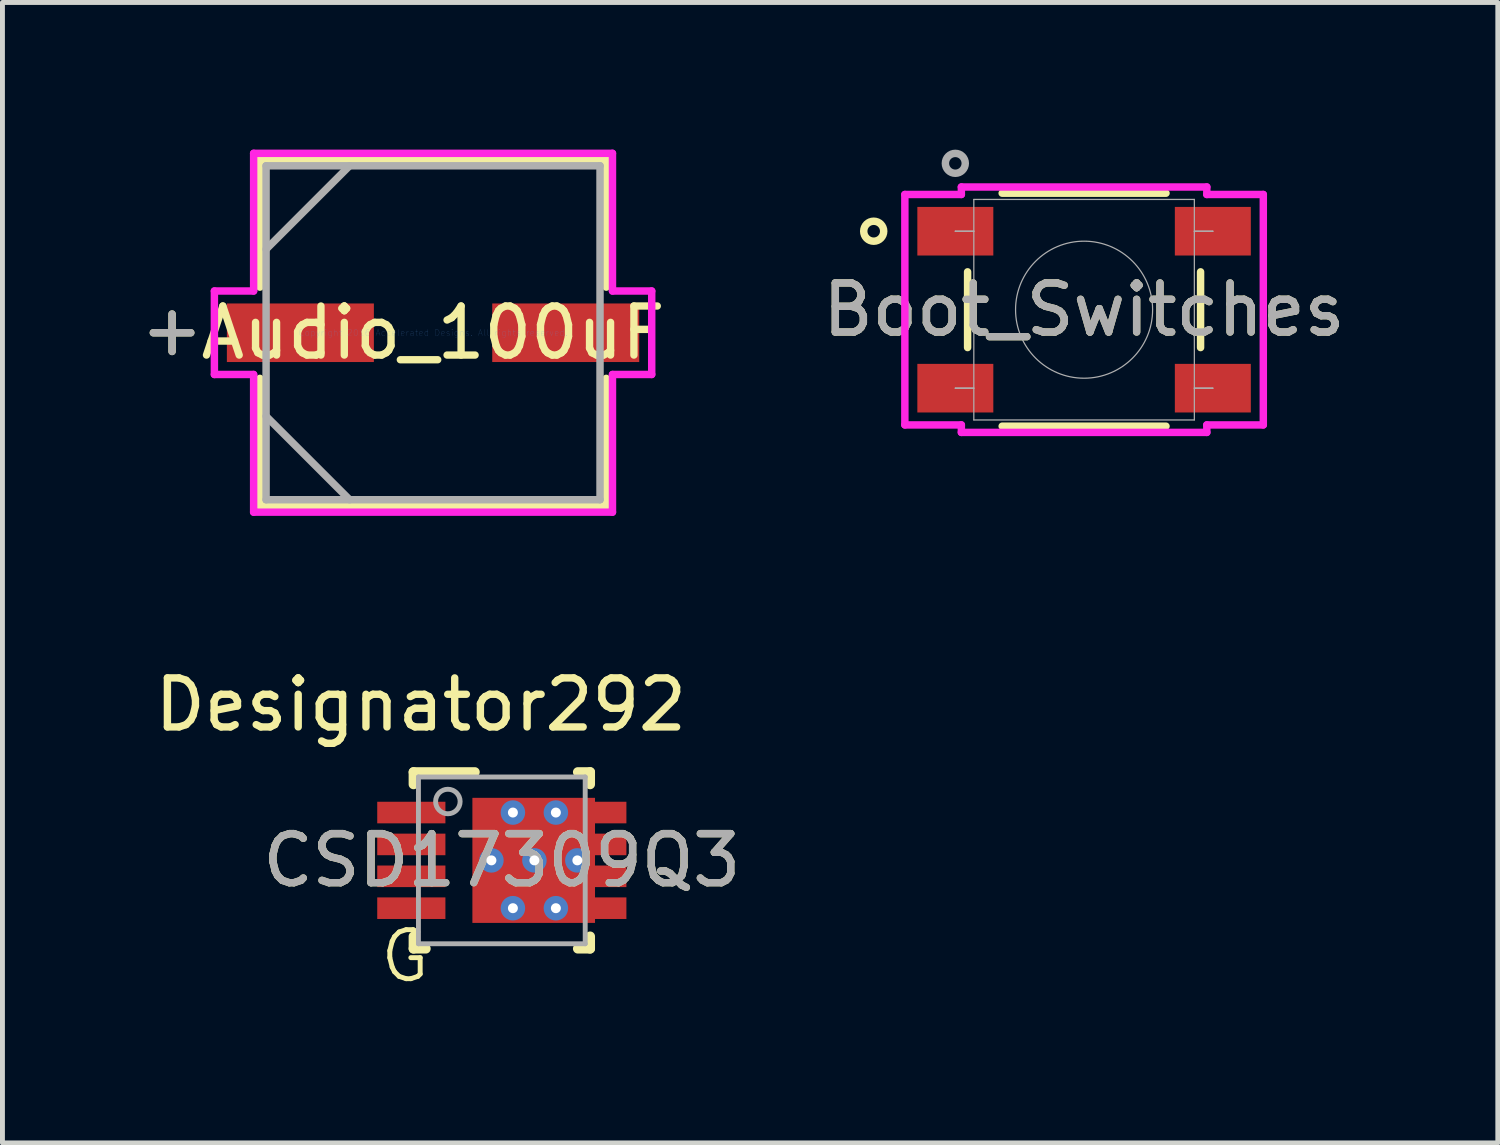
<source format=kicad_pcb>
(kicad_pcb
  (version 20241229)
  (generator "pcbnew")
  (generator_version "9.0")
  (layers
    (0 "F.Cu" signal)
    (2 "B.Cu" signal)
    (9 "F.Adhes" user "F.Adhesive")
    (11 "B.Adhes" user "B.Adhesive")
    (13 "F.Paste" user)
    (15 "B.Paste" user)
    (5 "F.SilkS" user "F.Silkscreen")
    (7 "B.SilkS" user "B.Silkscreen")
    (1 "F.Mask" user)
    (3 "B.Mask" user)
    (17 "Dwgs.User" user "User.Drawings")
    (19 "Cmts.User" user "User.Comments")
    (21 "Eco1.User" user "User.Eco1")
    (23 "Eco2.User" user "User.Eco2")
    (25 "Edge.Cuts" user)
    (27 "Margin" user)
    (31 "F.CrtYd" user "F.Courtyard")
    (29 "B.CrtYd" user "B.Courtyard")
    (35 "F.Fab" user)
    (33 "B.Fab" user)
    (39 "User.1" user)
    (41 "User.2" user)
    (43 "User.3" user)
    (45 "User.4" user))
  (footprint "Boot_Switches"
    (layer "F.Cu")
    (at 19.052 3.264)
    (property "Reference" "Boot_Switches" (at 0 0 0) (unlocked yes) (layer "F.SilkS") (effects (font (size 1 1) (thickness 0.15))))
    (attr smd)
    (fp_line (start -2.375 -0.772) (end -2.375 0.772) (stroke (width 0.152) (type solid)) (layer "F.SilkS"))
    (fp_line (start -1.67 2.375) (end 1.67 2.375) (stroke (width 0.152) (type solid)) (layer "F.SilkS"))
    (fp_line (start 1.67 -2.375) (end -1.67 -2.375) (stroke (width 0.152) (type solid)) (layer "F.SilkS"))
    (fp_line (start 2.375 0.772) (end 2.375 -0.772) (stroke (width 0.152) (type solid)) (layer "F.SilkS"))
    (fp_circle (center -4.289 -1.6) (end -4.085 -1.6) (stroke (width 0.152) (type solid)) (fill no) (layer "F.SilkS"))
    (fp_line (start -3.654 -2.349) (end -2.502 -2.349) (stroke (width 0.152) (type solid)) (layer "F.CrtYd"))
    (fp_line (start -3.654 2.349) (end -3.654 -2.349) (stroke (width 0.152) (type solid)) (layer "F.CrtYd"))
    (fp_line (start -3.654 2.349) (end -2.502 2.349) (stroke (width 0.152) (type solid)) (layer "F.CrtYd"))
    (fp_line (start -2.502 -2.502) (end 2.502 -2.502) (stroke (width 0.152) (type solid)) (layer "F.CrtYd"))
    (fp_line (start -2.502 -2.349) (end -2.502 -2.502) (stroke (width 0.152) (type solid)) (layer "F.CrtYd"))
    (fp_line (start -2.502 2.502) (end -2.502 2.349) (stroke (width 0.152) (type solid)) (layer "F.CrtYd"))
    (fp_line (start 2.502 -2.502) (end 2.502 -2.349) (stroke (width 0.152) (type solid)) (layer "F.CrtYd"))
    (fp_line (start 2.502 2.349) (end 2.502 2.502) (stroke (width 0.152) (type solid)) (layer "F.CrtYd"))
    (fp_line (start 2.502 2.502) (end -2.502 2.502) (stroke (width 0.152) (type solid)) (layer "F.CrtYd"))
    (fp_line (start 3.654 -2.349) (end 2.502 -2.349) (stroke (width 0.152) (type solid)) (layer "F.CrtYd"))
    (fp_line (start 3.654 -2.349) (end 3.654 2.349) (stroke (width 0.152) (type solid)) (layer "F.CrtYd"))
    (fp_line (start 3.654 2.349) (end 2.502 2.349) (stroke (width 0.152) (type solid)) (layer "F.CrtYd"))
    (fp_line (start -2.625 -1.6) (end -2.625 -1.6) (stroke (width 0.025) (type solid)) (layer "F.Fab"))
    (fp_line (start -2.625 -1.6) (end -2.248 -1.6) (stroke (width 0.025) (type solid)) (layer "F.Fab"))
    (fp_line (start -2.625 1.6) (end -2.625 1.6) (stroke (width 0.025) (type solid)) (layer "F.Fab"))
    (fp_line (start -2.625 1.6) (end -2.248 1.6) (stroke (width 0.025) (type solid)) (layer "F.Fab"))
    (fp_line (start -2.248 -2.248) (end -2.248 2.248) (stroke (width 0.025) (type solid)) (layer "F.Fab"))
    (fp_line (start -2.248 -1.6) (end -2.625 -1.6) (stroke (width 0.025) (type solid)) (layer "F.Fab"))
    (fp_line (start -2.248 -1.6) (end -2.248 -1.6) (stroke (width 0.025) (type solid)) (layer "F.Fab"))
    (fp_line (start -2.248 1.6) (end -2.625 1.6) (stroke (width 0.025) (type solid)) (layer "F.Fab"))
    (fp_line (start -2.248 1.6) (end -2.248 1.6) (stroke (width 0.025) (type solid)) (layer "F.Fab"))
    (fp_line (start -2.248 2.248) (end 2.248 2.248) (stroke (width 0.025) (type solid)) (layer "F.Fab"))
    (fp_line (start 2.248 -2.248) (end -2.248 -2.248) (stroke (width 0.025) (type solid)) (layer "F.Fab"))
    (fp_line (start 2.248 -1.6) (end 2.248 -1.6) (stroke (width 0.025) (type solid)) (layer "F.Fab"))
    (fp_line (start 2.248 -1.6) (end 2.625 -1.6) (stroke (width 0.025) (type solid)) (layer "F.Fab"))
    (fp_line (start 2.248 1.6) (end 2.248 1.6) (stroke (width 0.025) (type solid)) (layer "F.Fab"))
    (fp_line (start 2.248 1.6) (end 2.625 1.6) (stroke (width 0.025) (type solid)) (layer "F.Fab"))
    (fp_line (start 2.248 2.248) (end 2.248 -2.248) (stroke (width 0.025) (type solid)) (layer "F.Fab"))
    (fp_line (start 2.625 -1.6) (end 2.248 -1.6) (stroke (width 0.025) (type solid)) (layer "F.Fab"))
    (fp_line (start 2.625 -1.6) (end 2.625 -1.6) (stroke (width 0.025) (type solid)) (layer "F.Fab"))
    (fp_line (start 2.625 1.6) (end 2.248 1.6) (stroke (width 0.025) (type solid)) (layer "F.Fab"))
    (fp_line (start 2.625 1.6) (end 2.625 1.6) (stroke (width 0.025) (type solid)) (layer "F.Fab"))
    (fp_circle (center -2.625 -2.984) (end -2.422 -2.984) (stroke (width 0.152) (type solid)) (fill no) (layer "F.Fab"))
    (fp_circle (center 0 0) (end 1.397 0) (stroke (width 0.025) (type solid)) (fill no) (layer "F.Fab"))
    (fp_text user "${REFERENCE}" (at 0 0 0) (unlocked yes) (layer "F.Fab") (effects (font (size 1 1) (thickness 0.15))))
    (pad "1" smd rect (at -2.625 -1.6) (size 1.549 0.991) (layers "F.Cu" "F.Mask" "F.Paste"))
    (pad "2" smd rect (at 2.625 -1.6) (size 1.549 0.991) (layers "F.Cu" "F.Mask" "F.Paste"))
    (pad "3" smd rect (at -2.625 1.6) (size 1.549 0.991) (layers "F.Cu" "F.Mask" "F.Paste"))
    (pad "4" smd rect (at 2.625 1.6) (size 1.549 0.991) (layers "F.Cu" "F.Mask" "F.Paste")))
  (footprint "CSD17309Q3"
    (layer "F.Cu")
    (at 7.181 14.491)
    (property "Reference" "CSD17309Q3" (at 0 0 0) (unlocked yes) (layer "F.SilkS") (effects (font (size 1 1) (thickness 0.15))))
    (attr smd)
    (fp_poly (pts (xy -0.56 1.172) (xy -0.56 -1.172) (xy -0.559 -1.182) (xy -0.556 -1.192) (xy -0.551 -1.201) (xy -0.544 -1.209) (xy -0.536 -1.216) (xy -0.527 -1.221) (xy -0.517 -1.224) (xy -0.507 -1.225) (xy 1.162 -1.225) (xy 1.172 -1.224) (xy 1.182 -1.221) (xy 1.191 -1.216) (xy 1.199 -1.209) (xy 1.206 -1.201) (xy 1.211 -1.192) (xy 1.214 -1.182) (xy 1.215 -1.172) (xy 1.215 1.172) (xy 1.214 1.182) (xy 1.211 1.192) (xy 1.206 1.201) (xy 1.199 1.209) (xy 1.191 1.216) (xy 1.182 1.221) (xy 1.172 1.224) (xy 1.162 1.225) (xy -0.507 1.225) (xy -0.517 1.224) (xy -0.527 1.221) (xy -0.536 1.216) (xy -0.544 1.209) (xy -0.551 1.201) (xy -0.556 1.192) (xy -0.559 1.182)) (stroke (width 0) (type solid)) (fill yes) (layer "F.Mask"))
    (fp_poly (pts (xy 0.925 -0.854) (xy 0.925 -1.096) (xy 0.926 -1.105) (xy 0.929 -1.115) (xy 0.933 -1.123) (xy 0.939 -1.131) (xy 0.947 -1.137) (xy 0.955 -1.141) (xy 0.965 -1.144) (xy 0.974 -1.145) (xy 1.376 -1.145) (xy 1.385 -1.144) (xy 1.395 -1.141) (xy 1.403 -1.137) (xy 1.411 -1.131) (xy 1.417 -1.123) (xy 1.421 -1.115) (xy 1.424 -1.105) (xy 1.425 -1.096) (xy 1.425 -0.854) (xy 1.424 -0.845) (xy 1.421 -0.835) (xy 1.417 -0.827) (xy 1.411 -0.819) (xy 1.403 -0.813) (xy 1.395 -0.809) (xy 1.385 -0.806) (xy 1.376 -0.805) (xy 0.974 -0.805) (xy 0.965 -0.806) (xy 0.955 -0.809) (xy 0.947 -0.813) (xy 0.939 -0.819) (xy 0.933 -0.827) (xy 0.929 -0.835) (xy 0.926 -0.845)) (stroke (width 0) (type solid)) (fill yes) (layer "F.Mask"))
    (fp_poly (pts (xy 0.925 -0.204) (xy 0.925 -0.446) (xy 0.926 -0.455) (xy 0.929 -0.465) (xy 0.933 -0.473) (xy 0.939 -0.481) (xy 0.947 -0.487) (xy 0.955 -0.491) (xy 0.965 -0.494) (xy 0.974 -0.495) (xy 1.376 -0.495) (xy 1.385 -0.494) (xy 1.395 -0.491) (xy 1.403 -0.487) (xy 1.411 -0.481) (xy 1.417 -0.473) (xy 1.421 -0.465) (xy 1.424 -0.455) (xy 1.425 -0.446) (xy 1.425 -0.204) (xy 1.424 -0.195) (xy 1.421 -0.185) (xy 1.417 -0.177) (xy 1.411 -0.169) (xy 1.403 -0.163) (xy 1.395 -0.159) (xy 1.385 -0.156) (xy 1.376 -0.155) (xy 0.974 -0.155) (xy 0.965 -0.156) (xy 0.955 -0.159) (xy 0.947 -0.163) (xy 0.939 -0.169) (xy 0.933 -0.177) (xy 0.929 -0.185) (xy 0.926 -0.195)) (stroke (width 0) (type solid)) (fill yes) (layer "F.Mask"))
    (fp_poly (pts (xy 0.925 0.446) (xy 0.925 0.204) (xy 0.926 0.195) (xy 0.929 0.185) (xy 0.933 0.177) (xy 0.939 0.169) (xy 0.947 0.163) (xy 0.955 0.159) (xy 0.965 0.156) (xy 0.974 0.155) (xy 1.376 0.155) (xy 1.385 0.156) (xy 1.395 0.159) (xy 1.403 0.163) (xy 1.411 0.169) (xy 1.417 0.177) (xy 1.421 0.185) (xy 1.424 0.195) (xy 1.425 0.204) (xy 1.425 0.446) (xy 1.424 0.455) (xy 1.421 0.465) (xy 1.417 0.473) (xy 1.411 0.481) (xy 1.403 0.487) (xy 1.395 0.491) (xy 1.385 0.494) (xy 1.376 0.495) (xy 0.974 0.495) (xy 0.965 0.494) (xy 0.955 0.491) (xy 0.947 0.487) (xy 0.939 0.481) (xy 0.933 0.473) (xy 0.929 0.465) (xy 0.926 0.455)) (stroke (width 0) (type solid)) (fill yes) (layer "F.Mask"))
    (fp_poly (pts (xy 0.925 1.096) (xy 0.925 0.854) (xy 0.926 0.845) (xy 0.929 0.835) (xy 0.933 0.827) (xy 0.939 0.819) (xy 0.947 0.813) (xy 0.955 0.809) (xy 0.965 0.806) (xy 0.974 0.805) (xy 1.376 0.805) (xy 1.385 0.806) (xy 1.395 0.809) (xy 1.403 0.813) (xy 1.411 0.819) (xy 1.417 0.827) (xy 1.421 0.835) (xy 1.424 0.845) (xy 1.425 0.854) (xy 1.425 1.096) (xy 1.424 1.105) (xy 1.421 1.115) (xy 1.417 1.123) (xy 1.411 1.131) (xy 1.403 1.137) (xy 1.395 1.141) (xy 1.385 1.144) (xy 1.376 1.145) (xy 0.974 1.145) (xy 0.965 1.144) (xy 0.955 1.141) (xy 0.947 1.137) (xy 0.939 1.131) (xy 0.933 1.123) (xy 0.929 1.115) (xy 0.926 1.105)) (stroke (width 0) (type solid)) (fill yes) (layer "F.Mask"))
    (fp_line (start -1.8 -1.8) (end -0.55 -1.8) (stroke (width 0.2) (type solid)) (layer "F.SilkS"))
    (fp_line (start -1.8 -1.55) (end -1.8 -1.8) (stroke (width 0.2) (type solid)) (layer "F.SilkS"))
    (fp_line (start -1.8 1.8) (end -1.8 1.55) (stroke (width 0.2) (type solid)) (layer "F.SilkS"))
    (fp_line (start -1.8 1.8) (end -1.55 1.8) (stroke (width 0.2) (type solid)) (layer "F.SilkS"))
    (fp_line (start 1.55 -1.8) (end 1.8 -1.8) (stroke (width 0.2) (type solid)) (layer "F.SilkS"))
    (fp_line (start 1.55 1.8) (end 1.8 1.8) (stroke (width 0.2) (type solid)) (layer "F.SilkS"))
    (fp_line (start 1.8 -1.55) (end 1.8 -1.8) (stroke (width 0.2) (type solid)) (layer "F.SilkS"))
    (fp_line (start 1.8 1.8) (end 1.8 1.55) (stroke (width 0.2) (type solid)) (layer "F.SilkS"))
    (fp_poly (pts (xy 0.126 -1.174) (xy 0.126 -0.151) (xy 0.125 -0.141) (xy 0.122 -0.131) (xy 0.117 -0.123) (xy 0.111 -0.115) (xy 0.103 -0.109) (xy 0.095 -0.104) (xy 0.085 -0.101) (xy 0.075 -0.1) (xy -0.499 -0.1) (xy -0.509 -0.101) (xy -0.519 -0.104) (xy -0.527 -0.109) (xy -0.535 -0.115) (xy -0.541 -0.123) (xy -0.546 -0.131) (xy -0.549 -0.141) (xy -0.55 -0.151) (xy -0.55 -1.174) (xy -0.549 -1.184) (xy -0.546 -1.194) (xy -0.541 -1.202) (xy -0.535 -1.21) (xy -0.527 -1.216) (xy -0.519 -1.221) (xy -0.509 -1.224) (xy -0.499 -1.225) (xy 0.075 -1.225) (xy 0.085 -1.224) (xy 0.095 -1.221) (xy 0.103 -1.216) (xy 0.111 -1.21) (xy 0.117 -1.202) (xy 0.122 -1.194) (xy 0.125 -1.184)) (stroke (width 0) (type solid)) (fill yes) (layer "F.Paste"))
    (fp_poly (pts (xy 0.126 0.151) (xy 0.126 1.174) (xy 0.125 1.184) (xy 0.122 1.194) (xy 0.117 1.202) (xy 0.111 1.21) (xy 0.103 1.216) (xy 0.095 1.221) (xy 0.085 1.224) (xy 0.075 1.225) (xy -0.499 1.225) (xy -0.509 1.224) (xy -0.519 1.221) (xy -0.527 1.216) (xy -0.535 1.21) (xy -0.541 1.202) (xy -0.546 1.194) (xy -0.549 1.184) (xy -0.55 1.174) (xy -0.55 0.151) (xy -0.549 0.141) (xy -0.546 0.131) (xy -0.541 0.123) (xy -0.535 0.115) (xy -0.527 0.109) (xy -0.519 0.104) (xy -0.509 0.101) (xy -0.499 0.1) (xy 0.075 0.1) (xy 0.085 0.101) (xy 0.095 0.104) (xy 0.103 0.109) (xy 0.111 0.115) (xy 0.117 0.123) (xy 0.122 0.131) (xy 0.125 0.141)) (stroke (width 0) (type solid)) (fill yes) (layer "F.Paste"))
    (fp_poly (pts (xy 0.326 -0.151) (xy 0.326 -1.174) (xy 0.327 -1.184) (xy 0.33 -1.194) (xy 0.335 -1.202) (xy 0.341 -1.21) (xy 0.349 -1.216) (xy 0.357 -1.221) (xy 0.367 -1.224) (xy 0.377 -1.225) (xy 0.951 -1.225) (xy 0.961 -1.224) (xy 0.971 -1.221) (xy 0.979 -1.216) (xy 0.987 -1.21) (xy 0.993 -1.202) (xy 0.998 -1.194) (xy 1.001 -1.184) (xy 1.002 -1.174) (xy 1.002 -0.151) (xy 1.001 -0.141) (xy 0.998 -0.131) (xy 0.993 -0.123) (xy 0.987 -0.115) (xy 0.979 -0.109) (xy 0.971 -0.104) (xy 0.961 -0.101) (xy 0.951 -0.1) (xy 0.377 -0.1) (xy 0.367 -0.101) (xy 0.357 -0.104) (xy 0.349 -0.109) (xy 0.341 -0.115) (xy 0.335 -0.123) (xy 0.33 -0.131) (xy 0.327 -0.141)) (stroke (width 0) (type solid)) (fill yes) (layer "F.Paste"))
    (fp_poly (pts (xy 0.326 1.174) (xy 0.326 0.151) (xy 0.327 0.141) (xy 0.33 0.131) (xy 0.335 0.123) (xy 0.341 0.115) (xy 0.349 0.109) (xy 0.357 0.104) (xy 0.367 0.101) (xy 0.377 0.1) (xy 0.951 0.1) (xy 0.961 0.101) (xy 0.971 0.104) (xy 0.979 0.109) (xy 0.987 0.115) (xy 0.993 0.123) (xy 0.998 0.131) (xy 1.001 0.141) (xy 1.002 0.151) (xy 1.002 1.174) (xy 1.001 1.184) (xy 0.998 1.194) (xy 0.993 1.202) (xy 0.987 1.21) (xy 0.979 1.216) (xy 0.971 1.221) (xy 0.961 1.224) (xy 0.951 1.225) (xy 0.377 1.225) (xy 0.367 1.224) (xy 0.357 1.221) (xy 0.349 1.216) (xy 0.341 1.21) (xy 0.335 1.202) (xy 0.33 1.194) (xy 0.327 1.184)) (stroke (width 0) (type solid)) (fill yes) (layer "F.Paste"))
    (fp_line (start -1.7 1.7) (end -1.7 -1.7) (stroke (width 0.1) (type solid)) (layer "F.Fab"))
    (fp_line (start -1.7 1.7) (end 1.7 1.7) (stroke (width 0.1) (type solid)) (layer "F.Fab"))
    (fp_line (start -1.7 -1.7) (end 1.7 -1.7) (stroke (width 0.1) (type solid)) (layer "F.Fab"))
    (fp_line (start 1.7 1.7) (end 1.7 -1.7) (stroke (width 0.1) (type solid)) (layer "F.Fab"))
    (fp_circle (center -1.1 -1.2) (end -0.85 -1.2) (stroke (width 0.1) (type solid)) (fill no) (layer "F.Fab"))
    (fp_text user "Designator292" (at -1.651 -3.175 0) (unlocked yes) (layer "F.SilkS") (effects (font (size 1 1) (thickness 0.15))))
    (fp_text user "G" (at -2.54 2.54 0) (unlocked yes) (layer "F.SilkS") (effects (font (size 1 1) (thickness 0.1)) (justify left bottom)))
    (fp_text user "${REFERENCE}" (at 0 0 0) (unlocked yes) (layer "F.Fab") (effects (font (size 1 1) (thickness 0.15))))
    (pad "1" smd rect (at -1.845 -0.975 90) (size 0.44 1.39) (layers "F.Cu" "F.Mask" "F.Paste"))
    (pad "2" smd rect (at -1.845 -0.325 90) (size 0.44 1.39) (layers "F.Cu" "F.Mask" "F.Paste"))
    (pad "3" smd rect (at -1.845 0.325 90) (size 0.44 1.39) (layers "F.Cu" "F.Mask" "F.Paste"))
    (pad "4" smd rect (at -1.845 0.975 90) (size 0.44 1.39) (layers "F.Cu" "F.Mask" "F.Paste"))
    (pad "5" smd rect (at 1.845 0.975 90) (size 0.44 1.39) (layers "F.Cu" "F.Mask" "F.Paste"))
    (pad "6" smd rect (at 1.845 0.325 90) (size 0.44 1.39) (layers "F.Cu" "F.Mask" "F.Paste"))
    (pad "7" smd rect (at 1.845 -0.325 90) (size 0.44 1.39) (layers "F.Cu" "F.Mask" "F.Paste"))
    (pad "8" smd rect (at 1.845 -0.975 90) (size 0.44 1.39) (layers "F.Cu" "F.Mask" "F.Paste"))
    (pad "9" smd rect (at 0.65 0) (size 2.5 2.55) (layers "F.Cu"))
    (pad "V" thru_hole circle (at -0.212 0) (size 0.5 0.5) (drill 0.203) (layers "*.Cu" "*.Mask"))
    (pad "V" thru_hole circle (at 0.226 -0.975) (size 0.5 0.5) (drill 0.203) (layers "*.Cu" "*.Mask"))
    (pad "V" thru_hole circle (at 0.226 0.975) (size 0.5 0.5) (drill 0.203) (layers "*.Cu" "*.Mask"))
    (pad "V" thru_hole circle (at 0.664 0) (size 0.5 0.5) (drill 0.203) (layers "*.Cu" "*.Mask"))
    (pad "V" thru_hole circle (at 1.102 -0.975) (size 0.5 0.5) (drill 0.203) (layers "*.Cu" "*.Mask"))
    (pad "V" thru_hole circle (at 1.102 0.975) (size 0.5 0.5) (drill 0.203) (layers "*.Cu" "*.Mask"))
    (pad "V" thru_hole circle (at 1.54 0) (size 0.5 0.5) (drill 0.203) (layers "*.Cu" "*.Mask")))
  (footprint "Audio_100uF"
    (layer "F.Cu")
    (at 5.779 3.734)
    (property "Reference" "Audio_100uF" (at 0 0 0) (layer "F.SilkS") (effects (font (size 1 1) (thickness 0.15))))
    (attr through_hole)
    (fp_line (start -5.321 -0.381) (end -5.321 0.381) (stroke (width 0.152) (type solid)) (layer "F.SilkS"))
    (fp_line (start -4.94 0) (end -5.702 0) (stroke (width 0.152) (type solid)) (layer "F.SilkS"))
    (fp_line (start -3.531 -3.531) (end -3.531 -0.93) (stroke (width 0.152) (type solid)) (layer "F.SilkS"))
    (fp_line (start -3.531 0.93) (end -3.531 3.531) (stroke (width 0.152) (type solid)) (layer "F.SilkS"))
    (fp_line (start -3.531 3.531) (end 3.531 3.531) (stroke (width 0.152) (type solid)) (layer "F.SilkS"))
    (fp_line (start 3.531 -3.531) (end -3.531 -3.531) (stroke (width 0.152) (type solid)) (layer "F.SilkS"))
    (fp_line (start 3.531 -0.93) (end 3.531 -3.531) (stroke (width 0.152) (type solid)) (layer "F.SilkS"))
    (fp_line (start 3.531 3.531) (end 3.531 0.93) (stroke (width 0.152) (type solid)) (layer "F.SilkS"))
    (fp_line (start -4.458 -0.851) (end -3.658 -0.851) (stroke (width 0.152) (type solid)) (layer "F.CrtYd"))
    (fp_line (start -4.458 0.851) (end -4.458 -0.851) (stroke (width 0.152) (type solid)) (layer "F.CrtYd"))
    (fp_line (start -3.658 -3.658) (end 3.658 -3.658) (stroke (width 0.152) (type solid)) (layer "F.CrtYd"))
    (fp_line (start -3.658 -0.851) (end -3.658 -3.658) (stroke (width 0.152) (type solid)) (layer "F.CrtYd"))
    (fp_line (start -3.658 0.851) (end -4.458 0.851) (stroke (width 0.152) (type solid)) (layer "F.CrtYd"))
    (fp_line (start -3.658 3.658) (end -3.658 0.851) (stroke (width 0.152) (type solid)) (layer "F.CrtYd"))
    (fp_line (start 3.658 -3.658) (end 3.658 -0.851) (stroke (width 0.152) (type solid)) (layer "F.CrtYd"))
    (fp_line (start 3.658 -0.851) (end 4.458 -0.851) (stroke (width 0.152) (type solid)) (layer "F.CrtYd"))
    (fp_line (start 3.658 0.851) (end 3.658 3.658) (stroke (width 0.152) (type solid)) (layer "F.CrtYd"))
    (fp_line (start 3.658 3.658) (end -3.658 3.658) (stroke (width 0.152) (type solid)) (layer "F.CrtYd"))
    (fp_line (start 4.458 -0.851) (end 4.458 0.851) (stroke (width 0.152) (type solid)) (layer "F.CrtYd"))
    (fp_line (start 4.458 0.851) (end 3.658 0.851) (stroke (width 0.152) (type solid)) (layer "F.CrtYd"))
    (fp_line (start -5.321 -0.381) (end -5.321 0.381) (stroke (width 0.152) (type solid)) (layer "F.Fab"))
    (fp_line (start -4.94 0) (end -5.702 0) (stroke (width 0.152) (type solid)) (layer "F.Fab"))
    (fp_line (start -3.404 -3.404) (end -3.404 3.404) (stroke (width 0.152) (type solid)) (layer "F.Fab"))
    (fp_line (start -3.404 -1.702) (end -1.702 -3.404) (stroke (width 0.152) (type solid)) (layer "F.Fab"))
    (fp_line (start -3.404 1.702) (end -1.702 3.404) (stroke (width 0.152) (type solid)) (layer "F.Fab"))
    (fp_line (start -3.404 3.404) (end 3.404 3.404) (stroke (width 0.152) (type solid)) (layer "F.Fab"))
    (fp_line (start 3.404 -3.404) (end -3.404 -3.404) (stroke (width 0.152) (type solid)) (layer "F.Fab"))
    (fp_line (start 3.404 3.404) (end 3.404 -3.404) (stroke (width 0.152) (type solid)) (layer "F.Fab"))
    (fp_text user "Copyright 2016 Accelerated Designs. All rights reserved." (at 0 0 0) (layer "Cmts.User") (effects (font (size 0.127 0.127) (thickness 0.002))))
    (pad "1" smd rect (at -2.705 0) (size 2.997 1.194) (layers "F.Cu" "F.Mask" "F.Paste"))
    (pad "2" smd rect (at 2.705 0) (size 2.997 1.194) (layers "F.Cu" "F.Mask" "F.Paste")))
  (gr_rect
    (start -3 -3)
    (end 27.487 20.252)
    (stroke (width 0.1) (type default))
    (fill no)
    (layer "Edge.Cuts")))
</source>
